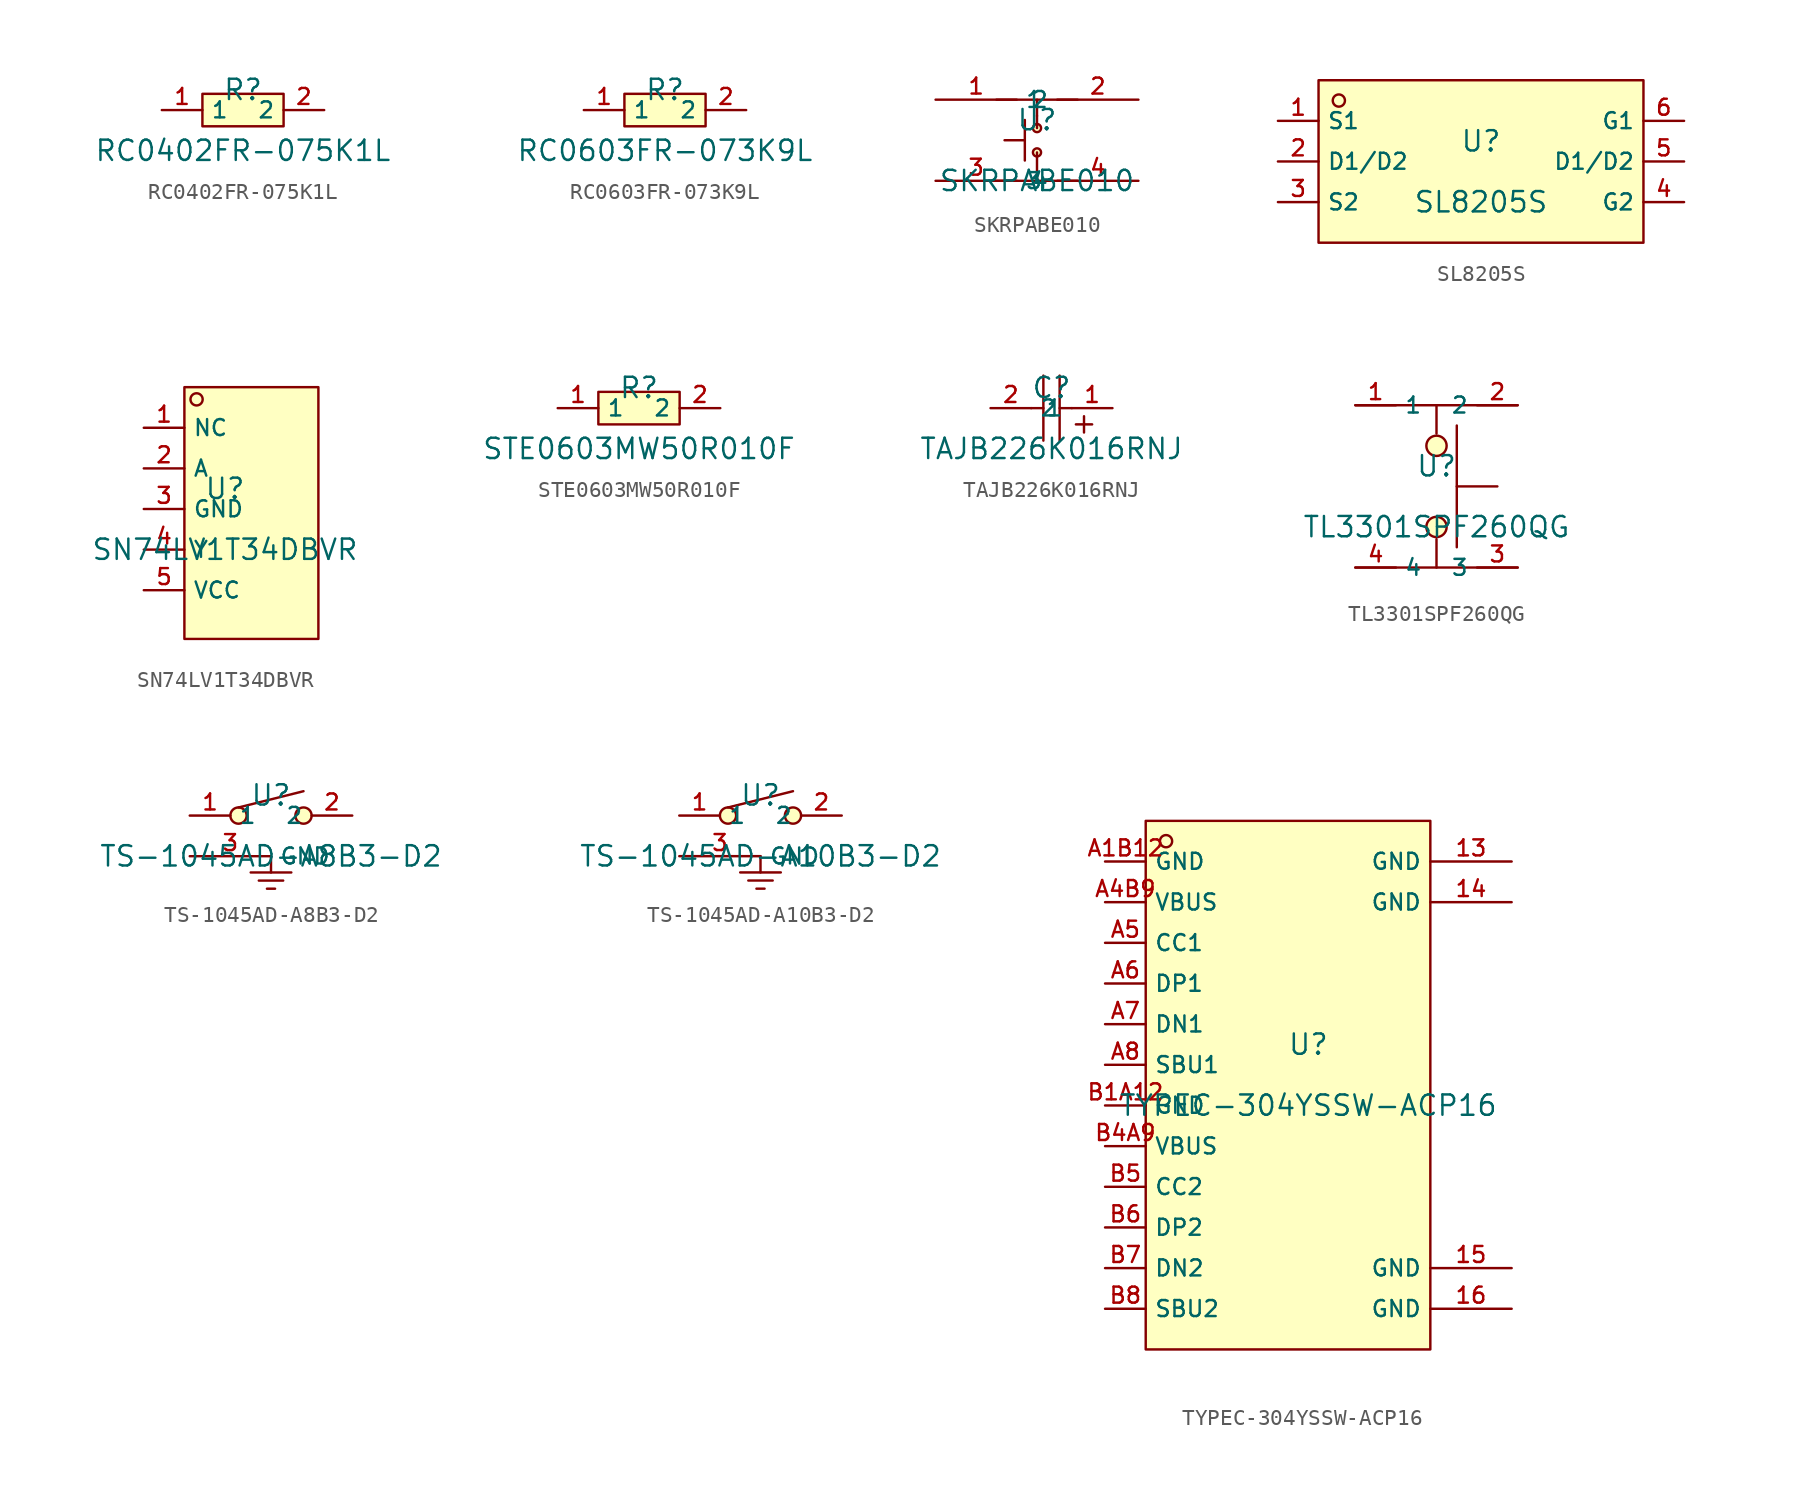
<source format=kicad_sym>
(kicad_symbol_lib
  (version 20231120)
  (generator "kicad_symbol_editor")
  (generator_version "8.0")
  (symbol "RC0402FR-075K1L"
    (property "Reference" "R"
      (at 0 1.27 0)
      (effects (font (size 1.27 1.27))))
    (property "Value" "RC0402FR-075K1L"
      (at 0 -2.54 0)
      (effects (font (size 1.27 1.27))))
    (symbol "RC0402FR-075K1L_0_1"
      (rectangle (start -2.54 1.016) (end 2.54 -1.016) (stroke (width 0) (type default)) (fill (type background)))
      (pin input line (at -5.08 0 0) (length 2.54) (name "1" (effects (font (size 1 1)))) (number "1" (effects (font (size 1 1)))))
      (pin input line (at 5.08 0 180) (length 2.54) (name "2" (effects (font (size 1 1)))) (number "2" (effects (font (size 1 1)))))))
  (symbol "RC0603FR-073K9L"
    (property "Reference" "R"
      (at 0 1.27 0)
      (effects (font (size 1.27 1.27))))
    (property "Value" "RC0603FR-073K9L"
      (at 0 -2.54 0)
      (effects (font (size 1.27 1.27))))
    (symbol "RC0603FR-073K9L_0_1"
      (rectangle (start -2.54 1.016) (end 2.54 -1.016) (stroke (width 0) (type default)) (fill (type background)))
      (pin input line (at -5.08 0 0) (length 2.54) (name "1" (effects (font (size 1 1)))) (number "1" (effects (font (size 1 1)))))
      (pin input line (at 5.08 0 180) (length 2.54) (name "2" (effects (font (size 1 1)))) (number "2" (effects (font (size 1 1)))))))
  (symbol "SKRPABE010"
    (property "Reference" "U"
      (at 0 1.27 0)
      (effects (font (size 1.27 1.27))))
    (property "Value" "SKRPABE010"
      (at 0 -2.54 0)
      (effects (font (size 1.27 1.27))))
    (symbol "SKRPABE010_0_1"
      (polyline (pts (xy -2.54 2.54) (xy 2.54 2.54)) (stroke (width 0) (type default) (color 0 0 0 0)) (fill (type none)))
      (polyline (pts (xy -2.54 -2.54) (xy 2.54 -2.54)) (stroke (width 0) (type default) (color 0 0 0 0)) (fill (type none)))
      (polyline (pts (xy 0.0 2.54) (xy 0.0 1.524)) (stroke (width 0) (type default) (color 0 0 0 0)) (fill (type none)))
      (polyline (pts (xy 0.0 -2.54) (xy 0.0 -0.762)) (stroke (width 0) (type default) (color 0 0 0 0)) (fill (type none)))
      (polyline (pts (xy 0.0 1.524) (xy 0.0 0.762)) (stroke (width 0) (type default) (color 0 0 0 0)) (fill (type none)))
      (pin unspecified line (at -6.35 2.54 0) (length 5.08) (name "1" (effects (font (size 1 1)))) (number "1" (effects (font (size 1 1)))))
      (pin unspecified line (at 6.35 2.54 180) (length 5.08) (name "2" (effects (font (size 1 1)))) (number "2" (effects (font (size 1 1)))))
      (pin unspecified line (at -6.35 -2.54 0) (length 5.08) (name "3" (effects (font (size 1 1)))) (number "3" (effects (font (size 1 1)))))
      (pin unspecified line (at 6.35 -2.54 180) (length 5.08) (name "4" (effects (font (size 1 1)))) (number "4" (effects (font (size 1 1)))))
      (circle (center 0.0 -0.762) (radius 0.254) (stroke (width 0) (type default) (color 0 0 0 0)) (fill (type background)))
      (circle (center 0.0 0.762) (radius 0.254) (stroke (width 0) (type default) (color 0 0 0 0)) (fill (type background)))
      (polyline (pts (xy -0.762 -1.27) (xy -0.762 1.27)) (stroke (width 0) (type default) (color 0 0 0 0)) (fill (type none)))
      (polyline (pts (xy -0.762 -0.0) (xy -2.032 -0.0)) (stroke (width 0) (type default) (color 0 0 0 0)) (fill (type none)))))
  (symbol "SL8205S"
    (property "Reference" "U"
      (at 0 1.27 0)
      (effects (font (size 1.27 1.27))))
    (property "Value" "SL8205S"
      (at 0 -2.54 0)
      (effects (font (size 1.27 1.27))))
    (symbol "SL8205S_0_1"
      (rectangle (start -10.16 5.08) (end 10.16 -5.08) (stroke (width 0) (type default)) (fill (type background)))
      (circle (center -8.89 3.81) (radius 0.381) (stroke (width 0) (type default)) (fill (type background)))
      (pin unspecified line (at -12.7 2.54 0) (length 2.54) (name "S1" (effects (font (size 1 1)))) (number "1" (effects (font (size 1 1)))))
      (pin unspecified line (at -12.7 0 0) (length 2.54) (name "D1/D2" (effects (font (size 1 1)))) (number "2" (effects (font (size 1 1)))))
      (pin unspecified line (at -12.7 -2.54 0) (length 2.54) (name "S2" (effects (font (size 1 1)))) (number "3" (effects (font (size 1 1)))))
      (pin unspecified line (at 12.7 -2.54 180) (length 2.54) (name "G2" (effects (font (size 1 1)))) (number "4" (effects (font (size 1 1)))))
      (pin unspecified line (at 12.7 0 180) (length 2.54) (name "D1/D2" (effects (font (size 1 1)))) (number "5" (effects (font (size 1 1)))))
      (pin unspecified line (at 12.7 2.54 180) (length 2.54) (name "G1" (effects (font (size 1 1)))) (number "6" (effects (font (size 1 1)))))))
  (symbol "SN74LV1T34DBVR"
    (property "Reference" "U"
      (at 0 1.27 0)
      (effects (font (size 1.27 1.27))))
    (property "Value" "SN74LV1T34DBVR"
      (at 0 -2.54 0)
      (effects (font (size 1.27 1.27))))
    (symbol "SN74LV1T34DBVR_0_1"
      (rectangle (start -2.54 7.62) (end 5.842 -8.128) (stroke (width 0) (type default)) (fill (type background)))
      (circle (center -1.778 6.858) (radius 0.381) (stroke (width 0) (type default)) (fill (type background)))
      (pin unspecified line (at -5.08 5.08 0) (length 2.54) (name "NC" (effects (font (size 1 1)))) (number "1" (effects (font (size 1 1)))))
      (pin unspecified line (at -5.08 2.54 0) (length 2.54) (name "A" (effects (font (size 1 1)))) (number "2" (effects (font (size 1 1)))))
      (pin unspecified line (at -5.08 0 0) (length 2.54) (name "GND" (effects (font (size 1 1)))) (number "3" (effects (font (size 1 1)))))
      (pin unspecified line (at -5.08 -2.54 0) (length 2.54) (name "Y" (effects (font (size 1 1)))) (number "4" (effects (font (size 1 1)))))
      (pin unspecified line (at -5.08 -5.08 0) (length 2.54) (name "VCC" (effects (font (size 1 1)))) (number "5" (effects (font (size 1 1)))))))
  (symbol "STE0603MW50R010F"
    (property "Reference" "R"
      (at 0 1.27 0)
      (effects (font (size 1.27 1.27))))
    (property "Value" "STE0603MW50R010F"
      (at 0 -2.54 0)
      (effects (font (size 1.27 1.27))))
    (symbol "STE0603MW50R010F_0_1"
      (rectangle (start -2.54 1.016) (end 2.54 -1.016) (stroke (width 0) (type default)) (fill (type background)))
      (pin unspecified line (at -5.08 0 0) (length 2.54) (name "1" (effects (font (size 1 1)))) (number "1" (effects (font (size 1 1)))))
      (pin unspecified line (at 5.08 0 180) (length 2.54) (name "2" (effects (font (size 1 1)))) (number "2" (effects (font (size 1 1)))))))
  (symbol "TAJB226K016RNJ"
    (property "Reference" "C"
      (at 0 1.27 0)
      (effects (font (size 1.27 1.27))))
    (property "Value" "TAJB226K016RNJ"
      (at 0 -2.54 0)
      (effects (font (size 1.27 1.27))))
    (symbol "TAJB226K016RNJ_0_1"
      (polyline (pts (xy -0.508 -2.032) (xy -0.508 2.032)) (stroke (width 0) (type default)) (fill (type none)))
      (polyline (pts (xy -0.508 0) (xy -1.27 0)) (stroke (width 0) (type default)) (fill (type none)))
      (polyline (pts (xy 0.508 -2.032) (xy 0.508 2.032)) (stroke (width 0) (type default)) (fill (type none)))
      (polyline (pts (xy 1.27 0) (xy 0.508 0)) (stroke (width 0) (type default)) (fill (type none)))
      (polyline (pts (xy 2.032 -1.524) (xy 2.032 -0.508)) (stroke (width 0) (type default)) (fill (type none)))
      (polyline (pts (xy 2.54 -1.016) (xy 1.524 -1.016)) (stroke (width 0) (type default)) (fill (type none)))
      (pin input line (at 3.81 0 180) (length 2.54) (name "1" (effects (font (size 1 1)))) (number "1" (effects (font (size 1 1)))))
      (pin input line (at -3.81 0 0) (length 2.54) (name "2" (effects (font (size 1 1)))) (number "2" (effects (font (size 1 1)))))))
  (symbol "TL3301SPF260QG"
    (property "Reference" "U"
      (at 0 1.27 0)
      (effects (font (size 1.27 1.27))))
    (property "Value" "TL3301SPF260QG"
      (at 0 -2.54 0)
      (effects (font (size 1.27 1.27))))
    (symbol "TL3301SPF260QG_0_1"
      (circle (center 0 -2.54) (radius 0.635) (stroke (width 0) (type default)) (fill (type background)))
      (polyline (pts (xy 0 -3.302) (xy 0 -5.08)) (stroke (width 0) (type default)) (fill (type none)))
      (polyline (pts (xy 0 3.302) (xy 0 5.08)) (stroke (width 0) (type default)) (fill (type none)))
      (polyline (pts (xy 1.27 0) (xy 3.81 0)) (stroke (width 0) (type default)) (fill (type none)))
      (polyline (pts (xy 1.27 3.81) (xy 1.27 -3.81)) (stroke (width 0) (type default)) (fill (type none)))
      (polyline (pts (xy 5.08 -5.08) (xy -5.08 -5.08)) (stroke (width 0) (type default)) (fill (type none)))
      (polyline (pts (xy 5.08 5.08) (xy -5.08 5.08)) (stroke (width 0) (type default)) (fill (type none)))
      (circle (center 0 2.54) (radius 0.635) (stroke (width 0) (type default)) (fill (type background)))
      (pin unspecified line (at -5.08 5.08 0) (length 2.54) (name "1" (effects (font (size 1 1)))) (number "1" (effects (font (size 1 1)))))
      (pin unspecified line (at 5.08 5.08 180) (length 2.54) (name "2" (effects (font (size 1 1)))) (number "2" (effects (font (size 1 1)))))
      (pin unspecified line (at 5.08 -5.08 180) (length 2.54) (name "3" (effects (font (size 1 1)))) (number "3" (effects (font (size 1 1)))))
      (pin unspecified line (at -5.08 -5.08 0) (length 2.54) (name "4" (effects (font (size 1 1)))) (number "4" (effects (font (size 1 1)))))))
  (symbol "TS-1045AD-A8B3-D2"
    (property "Reference" "U"
      (at 0 1.27 0)
      (effects (font (size 1.27 1.27))))
    (property "Value" "TS-1045AD-A8B3-D2"
      (at 0 -2.54 0)
      (effects (font (size 1.27 1.27))))
    (symbol "TS-1045AD-A8B3-D2_0_1"
      (pin unspecified line (at -5.08 -2.54 0) (length 5.08) (name "GND" (effects (font (size 1 1)))) (number "3" (effects (font (size 1 1)))))
      (polyline (pts (xy 1.27 -3.556) (xy -1.27 -3.556)) (stroke (width 0) (type default) (color 0 0 0 0)) (fill (type none)))
      (polyline (pts (xy 0.762 -4.064) (xy -0.762 -4.064)) (stroke (width 0) (type default) (color 0 0 0 0)) (fill (type none)))
      (polyline (pts (xy 0.254 -4.572) (xy -0.254 -4.572)) (stroke (width 0) (type default) (color 0 0 0 0)) (fill (type none)))
      (polyline (pts (xy 0.0 -2.54) (xy 0.0 -3.556)) (stroke (width 0) (type default) (color 0 0 0 0)) (fill (type none)))
      (pin unspecified line (at -5.08 -0.0 0) (length 2.54) (name "1" (effects (font (size 1 1)))) (number "1" (effects (font (size 1 1)))))
      (pin unspecified line (at 5.08 -0.0 180) (length 2.54) (name "2" (effects (font (size 1 1)))) (number "2" (effects (font (size 1 1)))))
      (polyline (pts (xy 2.032 1.524) (xy -2.032 0.508)) (stroke (width 0) (type default) (color 0 0 0 0)) (fill (type none)))
      (circle (center 2.032 -0.0) (radius 0.508) (stroke (width 0) (type default) (color 0 0 0 0)) (fill (type background)))
      (circle (center -2.032 -0.0) (radius 0.508) (stroke (width 0) (type default) (color 0 0 0 0)) (fill (type background)))))
  (symbol "TS-1045AD-A10B3-D2"
    (property "Reference" "U"
      (at 0 1.27 0)
      (effects (font (size 1.27 1.27))))
    (property "Value" "TS-1045AD-A10B3-D2"
      (at 0 -2.54 0)
      (effects (font (size 1.27 1.27))))
    (symbol "TS-1045AD-A10B3-D2_0_1"
      (circle (center -2.032 -0.0) (radius 0.508) (stroke (width 0) (type default) (color 0 0 0 0)) (fill (type background)))
      (circle (center 2.032 -0.0) (radius 0.508) (stroke (width 0) (type default) (color 0 0 0 0)) (fill (type background)))
      (polyline (pts (xy 2.032 1.524) (xy -2.032 0.508)) (stroke (width 0) (type default) (color 0 0 0 0)) (fill (type none)))
      (pin unspecified line (at 5.08 -0.0 180) (length 2.54) (name "2" (effects (font (size 1 1)))) (number "2" (effects (font (size 1 1)))))
      (pin unspecified line (at -5.08 -0.0 0) (length 2.54) (name "1" (effects (font (size 1 1)))) (number "1" (effects (font (size 1 1)))))
      (polyline (pts (xy 0.0 -2.54) (xy 0.0 -3.556)) (stroke (width 0) (type default) (color 0 0 0 0)) (fill (type none)))
      (polyline (pts (xy 0.254 -4.572) (xy -0.254 -4.572)) (stroke (width 0) (type default) (color 0 0 0 0)) (fill (type none)))
      (polyline (pts (xy 0.762 -4.064) (xy -0.762 -4.064)) (stroke (width 0) (type default) (color 0 0 0 0)) (fill (type none)))
      (polyline (pts (xy 1.27 -3.556) (xy -1.27 -3.556)) (stroke (width 0) (type default) (color 0 0 0 0)) (fill (type none)))
      (pin unspecified line (at -5.08 -2.54 0) (length 5.08) (name "GND" (effects (font (size 1 1)))) (number "3" (effects (font (size 1 1)))))))
  (symbol "TYPEC-304YSSW-ACP16"
    (property "Reference" "U"
      (at 0 1.27 0)
      (effects (font (size 1.27 1.27))))
    (property "Value" "TYPEC-304YSSW-ACP16"
      (at 0 -2.54 0)
      (effects (font (size 1.27 1.27))))
    (symbol "TYPEC-304YSSW-ACP16_0_1"
      (rectangle (start -10.16 15.24) (end 7.62 -17.78) (stroke (width 0) (type default)) (fill (type background)))
      (circle (center -8.89 13.97) (radius 0.381) (stroke (width 0) (type default)) (fill (type background)))
      (pin unspecified line (at 12.7 12.7 180) (length 5.08) (name "GND" (effects (font (size 1 1)))) (number "13" (effects (font (size 1 1)))))
      (pin unspecified line (at 12.7 10.16 180) (length 5.08) (name "GND" (effects (font (size 1 1)))) (number "14" (effects (font (size 1 1)))))
      (pin unspecified line (at 12.7 -12.7 180) (length 5.08) (name "GND" (effects (font (size 1 1)))) (number "15" (effects (font (size 1 1)))))
      (pin unspecified line (at 12.7 -15.24 180) (length 5.08) (name "GND" (effects (font (size 1 1)))) (number "16" (effects (font (size 1 1)))))
      (pin unspecified line (at -12.7 12.7 0) (length 2.54) (name "GND" (effects (font (size 1 1)))) (number "A1B12" (effects (font (size 1 1)))))
      (pin unspecified line (at -12.7 10.16 0) (length 2.54) (name "VBUS" (effects (font (size 1 1)))) (number "A4B9" (effects (font (size 1 1)))))
      (pin unspecified line (at -12.7 7.62 0) (length 2.54) (name "CC1" (effects (font (size 1 1)))) (number "A5" (effects (font (size 1 1)))))
      (pin unspecified line (at -12.7 5.08 0) (length 2.54) (name "DP1" (effects (font (size 1 1)))) (number "A6" (effects (font (size 1 1)))))
      (pin unspecified line (at -12.7 2.54 0) (length 2.54) (name "DN1" (effects (font (size 1 1)))) (number "A7" (effects (font (size 1 1)))))
      (pin unspecified line (at -12.7 0 0) (length 2.54) (name "SBU1" (effects (font (size 1 1)))) (number "A8" (effects (font (size 1 1)))))
      (pin unspecified line (at -12.7 -2.54 0) (length 2.54) (name "GND" (effects (font (size 1 1)))) (number "B1A12" (effects (font (size 1 1)))))
      (pin unspecified line (at -12.7 -5.08 0) (length 2.54) (name "VBUS" (effects (font (size 1 1)))) (number "B4A9" (effects (font (size 1 1)))))
      (pin unspecified line (at -12.7 -7.62 0) (length 2.54) (name "CC2" (effects (font (size 1 1)))) (number "B5" (effects (font (size 1 1)))))
      (pin unspecified line (at -12.7 -10.16 0) (length 2.54) (name "DP2" (effects (font (size 1 1)))) (number "B6" (effects (font (size 1 1)))))
      (pin unspecified line (at -12.7 -12.7 0) (length 2.54) (name "DN2" (effects (font (size 1 1)))) (number "B7" (effects (font (size 1 1)))))
      (pin unspecified line (at -12.7 -15.24 0) (length 2.54) (name "SBU2" (effects (font (size 1 1)))) (number "B8" (effects (font (size 1 1))))))))
</source>
